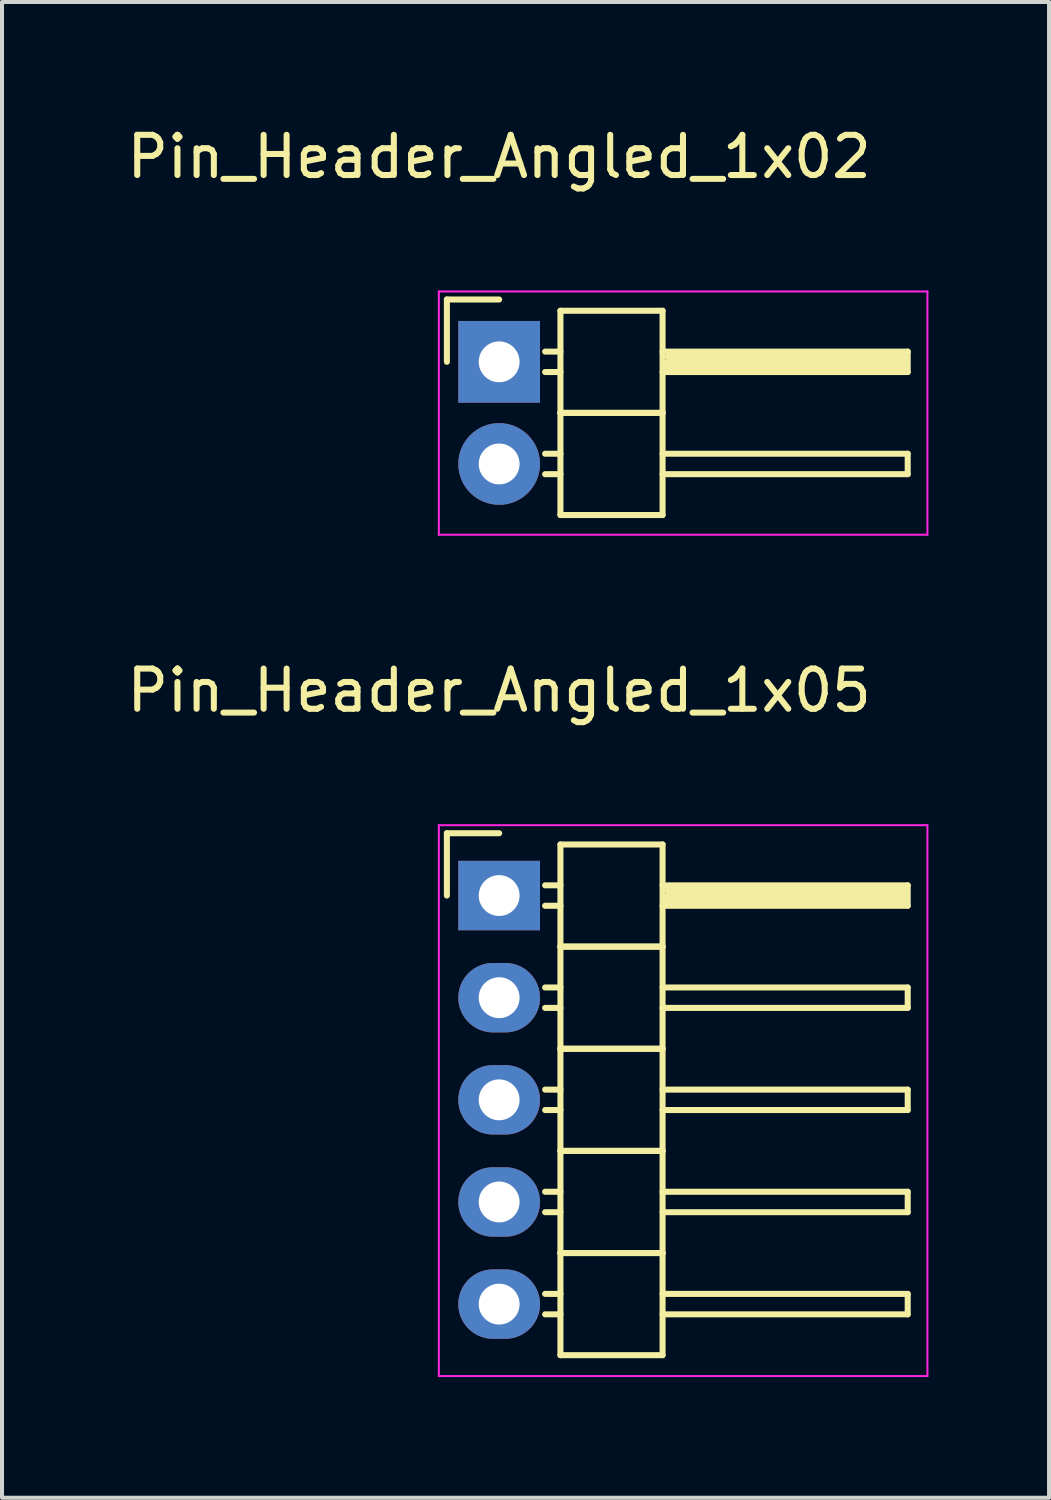
<source format=kicad_pcb>
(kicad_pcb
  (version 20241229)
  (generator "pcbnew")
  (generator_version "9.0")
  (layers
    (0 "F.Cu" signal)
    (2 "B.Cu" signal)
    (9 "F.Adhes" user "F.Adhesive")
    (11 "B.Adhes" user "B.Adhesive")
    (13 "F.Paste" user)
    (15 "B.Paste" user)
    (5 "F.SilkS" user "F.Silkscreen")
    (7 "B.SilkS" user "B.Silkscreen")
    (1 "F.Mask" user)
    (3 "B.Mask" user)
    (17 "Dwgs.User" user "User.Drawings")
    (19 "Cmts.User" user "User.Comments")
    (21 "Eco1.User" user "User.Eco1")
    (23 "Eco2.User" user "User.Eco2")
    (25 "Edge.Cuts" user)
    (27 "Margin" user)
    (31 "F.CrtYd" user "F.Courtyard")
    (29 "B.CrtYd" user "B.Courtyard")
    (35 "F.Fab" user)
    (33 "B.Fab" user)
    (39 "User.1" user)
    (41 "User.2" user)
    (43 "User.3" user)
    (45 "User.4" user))
  (footprint "Pin_Header_Angled_1x05"
    (layer "F.Cu")
    (at 9.363 19.221)
    (property "Reference" "Pin_Header_Angled_1x05" (at 0 -5.1 0) (layer "F.SilkS") (effects (font (size 1 1) (thickness 0.15))))
    (attr through_hole)
    (fp_line (start -1.3 -1.55) (end -1.3 0) (stroke (width 0.15) (type solid)) (layer "F.SilkS"))
    (fp_line (start 0 -1.55) (end -1.3 -1.55) (stroke (width 0.15) (type solid)) (layer "F.SilkS"))
    (fp_line (start 1.524 -1.27) (end 1.524 1.27) (stroke (width 0.15) (type solid)) (layer "F.SilkS"))
    (fp_line (start 1.524 -1.27) (end 4.064 -1.27) (stroke (width 0.15) (type solid)) (layer "F.SilkS"))
    (fp_line (start 1.524 -0.254) (end 1.143 -0.254) (stroke (width 0.15) (type solid)) (layer "F.SilkS"))
    (fp_line (start 1.524 0.254) (end 1.143 0.254) (stroke (width 0.15) (type solid)) (layer "F.SilkS"))
    (fp_line (start 1.524 1.27) (end 1.524 3.81) (stroke (width 0.15) (type solid)) (layer "F.SilkS"))
    (fp_line (start 1.524 1.27) (end 4.064 1.27) (stroke (width 0.15) (type solid)) (layer "F.SilkS"))
    (fp_line (start 1.524 1.27) (end 4.064 1.27) (stroke (width 0.15) (type solid)) (layer "F.SilkS"))
    (fp_line (start 1.524 2.286) (end 1.143 2.286) (stroke (width 0.15) (type solid)) (layer "F.SilkS"))
    (fp_line (start 1.524 2.794) (end 1.143 2.794) (stroke (width 0.15) (type solid)) (layer "F.SilkS"))
    (fp_line (start 1.524 3.81) (end 1.524 6.35) (stroke (width 0.15) (type solid)) (layer "F.SilkS"))
    (fp_line (start 1.524 3.81) (end 4.064 3.81) (stroke (width 0.15) (type solid)) (layer "F.SilkS"))
    (fp_line (start 1.524 3.81) (end 4.064 3.81) (stroke (width 0.15) (type solid)) (layer "F.SilkS"))
    (fp_line (start 1.524 4.826) (end 1.143 4.826) (stroke (width 0.15) (type solid)) (layer "F.SilkS"))
    (fp_line (start 1.524 5.334) (end 1.143 5.334) (stroke (width 0.15) (type solid)) (layer "F.SilkS"))
    (fp_line (start 1.524 6.35) (end 1.524 8.89) (stroke (width 0.15) (type solid)) (layer "F.SilkS"))
    (fp_line (start 1.524 6.35) (end 4.064 6.35) (stroke (width 0.15) (type solid)) (layer "F.SilkS"))
    (fp_line (start 1.524 6.35) (end 4.064 6.35) (stroke (width 0.15) (type solid)) (layer "F.SilkS"))
    (fp_line (start 1.524 7.366) (end 1.143 7.366) (stroke (width 0.15) (type solid)) (layer "F.SilkS"))
    (fp_line (start 1.524 7.874) (end 1.143 7.874) (stroke (width 0.15) (type solid)) (layer "F.SilkS"))
    (fp_line (start 1.524 8.89) (end 1.524 11.43) (stroke (width 0.15) (type solid)) (layer "F.SilkS"))
    (fp_line (start 1.524 8.89) (end 4.064 8.89) (stroke (width 0.15) (type solid)) (layer "F.SilkS"))
    (fp_line (start 1.524 8.89) (end 4.064 8.89) (stroke (width 0.15) (type solid)) (layer "F.SilkS"))
    (fp_line (start 1.524 9.906) (end 1.143 9.906) (stroke (width 0.15) (type solid)) (layer "F.SilkS"))
    (fp_line (start 1.524 10.414) (end 1.143 10.414) (stroke (width 0.15) (type solid)) (layer "F.SilkS"))
    (fp_line (start 1.524 11.43) (end 4.064 11.43) (stroke (width 0.15) (type solid)) (layer "F.SilkS"))
    (fp_line (start 4.064 -0.254) (end 10.16 -0.254) (stroke (width 0.15) (type solid)) (layer "F.SilkS"))
    (fp_line (start 4.064 1.27) (end 4.064 -1.27) (stroke (width 0.15) (type solid)) (layer "F.SilkS"))
    (fp_line (start 4.064 2.286) (end 10.16 2.286) (stroke (width 0.15) (type solid)) (layer "F.SilkS"))
    (fp_line (start 4.064 3.81) (end 4.064 1.27) (stroke (width 0.15) (type solid)) (layer "F.SilkS"))
    (fp_line (start 4.064 4.826) (end 10.16 4.826) (stroke (width 0.15) (type solid)) (layer "F.SilkS"))
    (fp_line (start 4.064 6.35) (end 4.064 3.81) (stroke (width 0.15) (type solid)) (layer "F.SilkS"))
    (fp_line (start 4.064 7.366) (end 10.16 7.366) (stroke (width 0.15) (type solid)) (layer "F.SilkS"))
    (fp_line (start 4.064 8.89) (end 4.064 6.35) (stroke (width 0.15) (type solid)) (layer "F.SilkS"))
    (fp_line (start 4.064 9.906) (end 10.16 9.906) (stroke (width 0.15) (type solid)) (layer "F.SilkS"))
    (fp_line (start 4.064 11.43) (end 4.064 8.89) (stroke (width 0.15) (type solid)) (layer "F.SilkS"))
    (fp_line (start 4.191 -0.127) (end 10.033 -0.127) (stroke (width 0.15) (type solid)) (layer "F.SilkS"))
    (fp_line (start 4.191 0) (end 10.033 0) (stroke (width 0.15) (type solid)) (layer "F.SilkS"))
    (fp_line (start 4.191 0.127) (end 4.191 0) (stroke (width 0.15) (type solid)) (layer "F.SilkS"))
    (fp_line (start 10.033 -0.127) (end 10.033 0.127) (stroke (width 0.15) (type solid)) (layer "F.SilkS"))
    (fp_line (start 10.033 0.127) (end 4.191 0.127) (stroke (width 0.15) (type solid)) (layer "F.SilkS"))
    (fp_line (start 10.16 -0.254) (end 10.16 0.254) (stroke (width 0.15) (type solid)) (layer "F.SilkS"))
    (fp_line (start 10.16 0.254) (end 4.064 0.254) (stroke (width 0.15) (type solid)) (layer "F.SilkS"))
    (fp_line (start 10.16 2.286) (end 10.16 2.794) (stroke (width 0.15) (type solid)) (layer "F.SilkS"))
    (fp_line (start 10.16 2.794) (end 4.064 2.794) (stroke (width 0.15) (type solid)) (layer "F.SilkS"))
    (fp_line (start 10.16 4.826) (end 10.16 5.334) (stroke (width 0.15) (type solid)) (layer "F.SilkS"))
    (fp_line (start 10.16 5.334) (end 4.064 5.334) (stroke (width 0.15) (type solid)) (layer "F.SilkS"))
    (fp_line (start 10.16 7.366) (end 10.16 7.874) (stroke (width 0.15) (type solid)) (layer "F.SilkS"))
    (fp_line (start 10.16 7.874) (end 4.064 7.874) (stroke (width 0.15) (type solid)) (layer "F.SilkS"))
    (fp_line (start 10.16 9.906) (end 10.16 10.414) (stroke (width 0.15) (type solid)) (layer "F.SilkS"))
    (fp_line (start 10.16 10.414) (end 4.064 10.414) (stroke (width 0.15) (type solid)) (layer "F.SilkS"))
    (fp_line (start -1.5 -1.75) (end -1.5 11.95) (stroke (width 0.05) (type solid)) (layer "F.CrtYd"))
    (fp_line (start -1.5 -1.75) (end 10.65 -1.75) (stroke (width 0.05) (type solid)) (layer "F.CrtYd"))
    (fp_line (start -1.5 11.95) (end 10.65 11.95) (stroke (width 0.05) (type solid)) (layer "F.CrtYd"))
    (fp_line (start 10.65 -1.75) (end 10.65 11.95) (stroke (width 0.05) (type solid)) (layer "F.CrtYd"))
    (pad "1" thru_hole rect (at 0 0) (size 2.032 1.727) (drill 1.016) (layers "*.Cu" "*.Mask"))
    (pad "2" thru_hole oval (at 0 2.54) (size 2.032 1.727) (drill 1.016) (layers "*.Cu" "*.Mask"))
    (pad "3" thru_hole oval (at 0 5.08) (size 2.032 1.727) (drill 1.016) (layers "*.Cu" "*.Mask"))
    (pad "4" thru_hole oval (at 0 7.62) (size 2.032 1.727) (drill 1.016) (layers "*.Cu" "*.Mask"))
    (pad "5" thru_hole oval (at 0 10.16) (size 2.032 1.727) (drill 1.016) (layers "*.Cu" "*.Mask")))
  (footprint "Pin_Header_Angled_1x02"
    (layer "F.Cu")
    (at 9.363 5.948)
    (property "Reference" "Pin_Header_Angled_1x02" (at 0 -5.1 0) (layer "F.SilkS") (effects (font (size 1 1) (thickness 0.15))))
    (attr through_hole)
    (fp_line (start -1.3 -1.55) (end -1.3 0) (stroke (width 0.15) (type solid)) (layer "F.SilkS"))
    (fp_line (start 0 -1.55) (end -1.3 -1.55) (stroke (width 0.15) (type solid)) (layer "F.SilkS"))
    (fp_line (start 1.524 -1.27) (end 1.524 1.27) (stroke (width 0.15) (type solid)) (layer "F.SilkS"))
    (fp_line (start 1.524 -1.27) (end 4.064 -1.27) (stroke (width 0.15) (type solid)) (layer "F.SilkS"))
    (fp_line (start 1.524 -0.254) (end 1.143 -0.254) (stroke (width 0.15) (type solid)) (layer "F.SilkS"))
    (fp_line (start 1.524 0.254) (end 1.143 0.254) (stroke (width 0.15) (type solid)) (layer "F.SilkS"))
    (fp_line (start 1.524 1.27) (end 1.524 3.81) (stroke (width 0.15) (type solid)) (layer "F.SilkS"))
    (fp_line (start 1.524 1.27) (end 4.064 1.27) (stroke (width 0.15) (type solid)) (layer "F.SilkS"))
    (fp_line (start 1.524 1.27) (end 4.064 1.27) (stroke (width 0.15) (type solid)) (layer "F.SilkS"))
    (fp_line (start 1.524 2.286) (end 1.143 2.286) (stroke (width 0.15) (type solid)) (layer "F.SilkS"))
    (fp_line (start 1.524 2.794) (end 1.143 2.794) (stroke (width 0.15) (type solid)) (layer "F.SilkS"))
    (fp_line (start 1.524 3.81) (end 4.064 3.81) (stroke (width 0.15) (type solid)) (layer "F.SilkS"))
    (fp_line (start 4.064 -0.254) (end 10.16 -0.254) (stroke (width 0.15) (type solid)) (layer "F.SilkS"))
    (fp_line (start 4.064 1.27) (end 4.064 -1.27) (stroke (width 0.15) (type solid)) (layer "F.SilkS"))
    (fp_line (start 4.064 2.286) (end 10.16 2.286) (stroke (width 0.15) (type solid)) (layer "F.SilkS"))
    (fp_line (start 4.064 3.81) (end 4.064 1.27) (stroke (width 0.15) (type solid)) (layer "F.SilkS"))
    (fp_line (start 4.191 -0.127) (end 10.033 -0.127) (stroke (width 0.15) (type solid)) (layer "F.SilkS"))
    (fp_line (start 4.191 0) (end 10.033 0) (stroke (width 0.15) (type solid)) (layer "F.SilkS"))
    (fp_line (start 4.191 0.127) (end 4.191 0) (stroke (width 0.15) (type solid)) (layer "F.SilkS"))
    (fp_line (start 10.033 -0.127) (end 10.033 0.127) (stroke (width 0.15) (type solid)) (layer "F.SilkS"))
    (fp_line (start 10.033 0.127) (end 4.191 0.127) (stroke (width 0.15) (type solid)) (layer "F.SilkS"))
    (fp_line (start 10.16 -0.254) (end 10.16 0.254) (stroke (width 0.15) (type solid)) (layer "F.SilkS"))
    (fp_line (start 10.16 0.254) (end 4.064 0.254) (stroke (width 0.15) (type solid)) (layer "F.SilkS"))
    (fp_line (start 10.16 2.286) (end 10.16 2.794) (stroke (width 0.15) (type solid)) (layer "F.SilkS"))
    (fp_line (start 10.16 2.794) (end 4.064 2.794) (stroke (width 0.15) (type solid)) (layer "F.SilkS"))
    (fp_line (start -1.5 -1.75) (end -1.5 4.3) (stroke (width 0.05) (type solid)) (layer "F.CrtYd"))
    (fp_line (start -1.5 -1.75) (end 10.65 -1.75) (stroke (width 0.05) (type solid)) (layer "F.CrtYd"))
    (fp_line (start -1.5 4.3) (end 10.65 4.3) (stroke (width 0.05) (type solid)) (layer "F.CrtYd"))
    (fp_line (start 10.65 -1.75) (end 10.65 4.3) (stroke (width 0.05) (type solid)) (layer "F.CrtYd"))
    (pad "1" thru_hole rect (at 0 0) (size 2.032 2.032) (drill 1.016) (layers "*.Cu" "*.Mask"))
    (pad "2" thru_hole oval (at 0 2.54) (size 2.032 2.032) (drill 1.016) (layers "*.Cu" "*.Mask")))
  (gr_rect
    (start -3 -3)
    (end 23.038 34.197)
    (stroke (width 0.1) (type default))
    (fill no)
    (layer "Edge.Cuts")))
</source>
